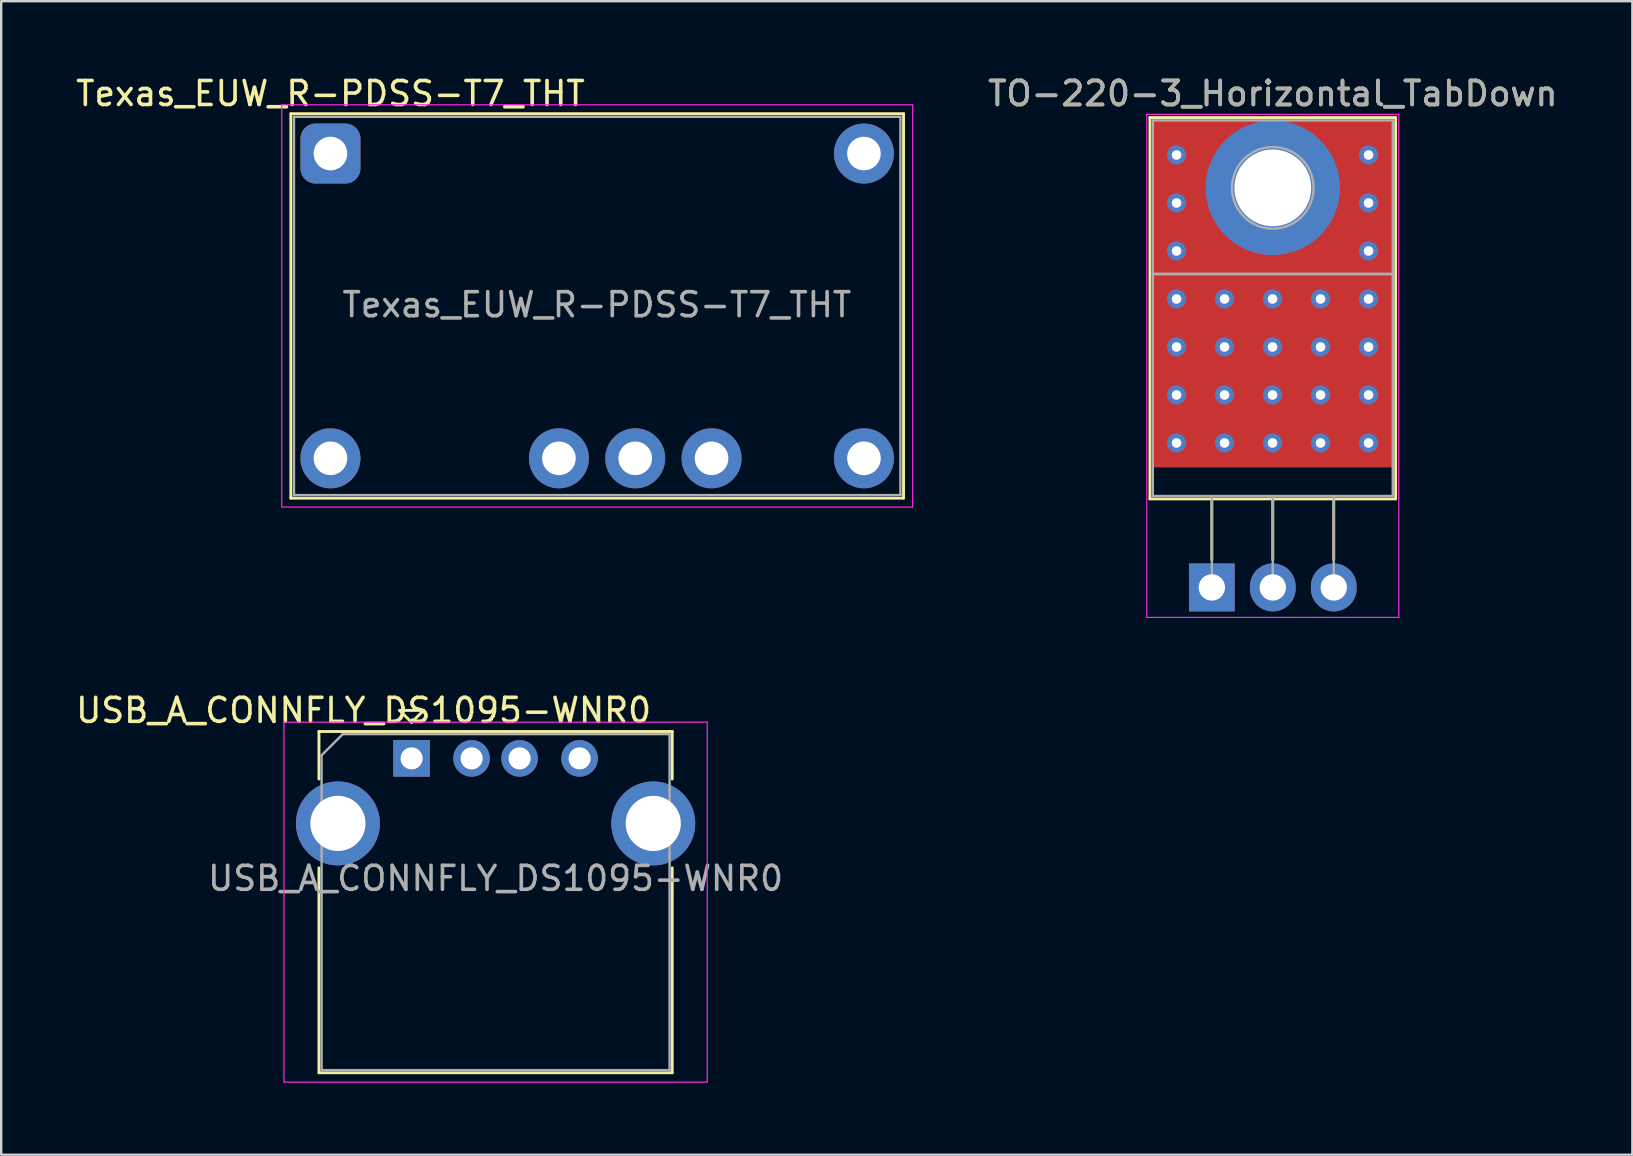
<source format=kicad_pcb>
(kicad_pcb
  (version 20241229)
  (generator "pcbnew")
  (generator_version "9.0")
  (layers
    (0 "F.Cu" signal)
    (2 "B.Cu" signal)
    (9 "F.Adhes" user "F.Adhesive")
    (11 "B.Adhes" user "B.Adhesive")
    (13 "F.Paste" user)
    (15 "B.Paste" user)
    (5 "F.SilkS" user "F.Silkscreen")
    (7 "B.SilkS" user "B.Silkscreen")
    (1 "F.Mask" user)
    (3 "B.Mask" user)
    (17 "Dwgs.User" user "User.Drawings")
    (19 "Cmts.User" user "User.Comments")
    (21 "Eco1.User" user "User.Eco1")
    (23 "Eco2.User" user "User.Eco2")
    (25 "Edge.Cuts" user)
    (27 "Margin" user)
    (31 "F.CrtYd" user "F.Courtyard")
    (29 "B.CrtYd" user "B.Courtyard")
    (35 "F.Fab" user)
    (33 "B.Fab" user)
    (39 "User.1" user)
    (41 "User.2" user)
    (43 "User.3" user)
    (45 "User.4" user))
  (footprint "TO-220-3_Horizontal_TabDown"
    (layer "F.Cu")
    (at 47.447 21.428)
    (property "Reference" "TO-220-3_Horizontal_TabDown" (at 2.54 -20.58 0) (layer "F.SilkS") (effects (font (size 1 1) (thickness 0.15))))
    (attr through_hole)
    (fp_line (start -2.58 -19.58) (end -2.58 -3.69) (stroke (width 0.12) (type solid)) (layer "F.SilkS"))
    (fp_line (start -2.58 -19.58) (end 7.66 -19.58) (stroke (width 0.12) (type solid)) (layer "F.SilkS"))
    (fp_line (start -2.58 -3.69) (end 7.66 -3.69) (stroke (width 0.12) (type solid)) (layer "F.SilkS"))
    (fp_line (start 0 -3.69) (end 0 -1.15) (stroke (width 0.12) (type solid)) (layer "F.SilkS"))
    (fp_line (start 2.54 -3.69) (end 2.54 -1.15) (stroke (width 0.12) (type solid)) (layer "F.SilkS"))
    (fp_line (start 5.08 -3.69) (end 5.08 -1.15) (stroke (width 0.12) (type solid)) (layer "F.SilkS"))
    (fp_line (start 7.66 -19.58) (end 7.66 -3.69) (stroke (width 0.12) (type solid)) (layer "F.SilkS"))
    (fp_line (start -2.71 -19.71) (end -2.71 1.25) (stroke (width 0.05) (type solid)) (layer "F.CrtYd"))
    (fp_line (start -2.71 1.25) (end 7.79 1.25) (stroke (width 0.05) (type solid)) (layer "F.CrtYd"))
    (fp_line (start 7.79 -19.71) (end -2.71 -19.71) (stroke (width 0.05) (type solid)) (layer "F.CrtYd"))
    (fp_line (start 7.79 1.25) (end 7.79 -19.71) (stroke (width 0.05) (type solid)) (layer "F.CrtYd"))
    (fp_line (start -2.46 -19.46) (end 7.54 -19.46) (stroke (width 0.1) (type solid)) (layer "F.Fab"))
    (fp_line (start -2.46 -13.06) (end -2.46 -19.46) (stroke (width 0.1) (type solid)) (layer "F.Fab"))
    (fp_line (start -2.46 -13.06) (end 7.54 -13.06) (stroke (width 0.1) (type solid)) (layer "F.Fab"))
    (fp_line (start -2.46 -3.81) (end -2.46 -13.06) (stroke (width 0.1) (type solid)) (layer "F.Fab"))
    (fp_line (start 0 -3.81) (end 0 0) (stroke (width 0.1) (type solid)) (layer "F.Fab"))
    (fp_line (start 2.54 -3.81) (end 2.54 0) (stroke (width 0.1) (type solid)) (layer "F.Fab"))
    (fp_line (start 5.08 -3.81) (end 5.08 0) (stroke (width 0.1) (type solid)) (layer "F.Fab"))
    (fp_line (start 7.54 -19.46) (end 7.54 -13.06) (stroke (width 0.1) (type solid)) (layer "F.Fab"))
    (fp_line (start 7.54 -13.06) (end -2.46 -13.06) (stroke (width 0.1) (type solid)) (layer "F.Fab"))
    (fp_line (start 7.54 -13.06) (end 7.54 -3.81) (stroke (width 0.1) (type solid)) (layer "F.Fab"))
    (fp_line (start 7.54 -3.81) (end -2.46 -3.81) (stroke (width 0.1) (type solid)) (layer "F.Fab"))
    (fp_circle (center 2.54 -16.65) (end 4.24 -16.65) (stroke (width 0.1) (type solid)) (fill no) (layer "F.Fab"))
    (fp_text user "${REFERENCE}" (at 2.54 -20.58 0) (layer "F.Fab") (effects (font (size 1 1) (thickness 0.15))))
    (pad "1" thru_hole rect (at 0 0) (size 1.905 2) (drill 1.1) (layers "*.Cu" "*.Mask"))
    (pad "2" thru_hole circle (at -1.47 -18.02) (size 0.8 0.8) (drill 0.4) (layers "*.Cu" "*.Mask"))
    (pad "2" thru_hole circle (at -1.47 -16.02) (size 0.8 0.8) (drill 0.4) (layers "*.Cu" "*.Mask"))
    (pad "2" thru_hole circle (at -1.47 -14.02) (size 0.8 0.8) (drill 0.4) (layers "*.Cu" "*.Mask"))
    (pad "2" thru_hole circle (at -1.47 -12.02) (size 0.8 0.8) (drill 0.4) (layers "*.Cu" "*.Mask"))
    (pad "2" thru_hole circle (at -1.47 -10.02) (size 0.8 0.8) (drill 0.4) (layers "*.Cu" "*.Mask"))
    (pad "2" thru_hole circle (at -1.47 -8.02) (size 0.8 0.8) (drill 0.4) (layers "*.Cu" "*.Mask"))
    (pad "2" thru_hole circle (at -1.47 -6.02) (size 0.8 0.8) (drill 0.4) (layers "*.Cu" "*.Mask"))
    (pad "2" thru_hole circle (at 0.53 -12.02) (size 0.8 0.8) (drill 0.4) (layers "*.Cu" "*.Mask"))
    (pad "2" thru_hole circle (at 0.53 -10.02) (size 0.8 0.8) (drill 0.4) (layers "*.Cu" "*.Mask"))
    (pad "2" thru_hole circle (at 0.53 -8.02) (size 0.8 0.8) (drill 0.4) (layers "*.Cu" "*.Mask"))
    (pad "2" thru_hole circle (at 0.53 -6.02) (size 0.8 0.8) (drill 0.4) (layers "*.Cu" "*.Mask"))
    (pad "2" thru_hole circle (at 2.53 -12.02) (size 0.8 0.8) (drill 0.4) (layers "*.Cu" "*.Mask"))
    (pad "2" thru_hole circle (at 2.53 -10.02) (size 0.8 0.8) (drill 0.4) (layers "*.Cu" "*.Mask"))
    (pad "2" thru_hole circle (at 2.53 -8.02) (size 0.8 0.8) (drill 0.4) (layers "*.Cu" "*.Mask"))
    (pad "2" thru_hole circle (at 2.53 -6.02) (size 0.8 0.8) (drill 0.4) (layers "*.Cu" "*.Mask"))
    (pad "2" thru_hole oval (at 2.54 -16.65) (size 5.6 5.6) (drill 3.2) (layers "*.Cu" "*.Mask"))
    (pad "2" smd rect (at 2.54 -12.25) (size 10 14.5) (layers "F.Cu" "F.Mask" "F.Paste"))
    (pad "2" thru_hole oval (at 2.54 0) (size 1.905 2) (drill 1.1) (layers "*.Cu" "*.Mask"))
    (pad "2" thru_hole circle (at 4.53 -12.02) (size 0.8 0.8) (drill 0.4) (layers "*.Cu" "*.Mask"))
    (pad "2" thru_hole circle (at 4.53 -10.02) (size 0.8 0.8) (drill 0.4) (layers "*.Cu" "*.Mask"))
    (pad "2" thru_hole circle (at 4.53 -8.02) (size 0.8 0.8) (drill 0.4) (layers "*.Cu" "*.Mask"))
    (pad "2" thru_hole circle (at 4.53 -6.02) (size 0.8 0.8) (drill 0.4) (layers "*.Cu" "*.Mask"))
    (pad "2" thru_hole circle (at 6.53 -18.02) (size 0.8 0.8) (drill 0.4) (layers "*.Cu" "*.Mask"))
    (pad "2" thru_hole circle (at 6.53 -16.02) (size 0.8 0.8) (drill 0.4) (layers "*.Cu" "*.Mask"))
    (pad "2" thru_hole circle (at 6.53 -14.02) (size 0.8 0.8) (drill 0.4) (layers "*.Cu" "*.Mask"))
    (pad "2" thru_hole circle (at 6.53 -12.02) (size 0.8 0.8) (drill 0.4) (layers "*.Cu" "*.Mask"))
    (pad "2" thru_hole circle (at 6.53 -10.02) (size 0.8 0.8) (drill 0.4) (layers "*.Cu" "*.Mask"))
    (pad "2" thru_hole circle (at 6.53 -8.02) (size 0.8 0.8) (drill 0.4) (layers "*.Cu" "*.Mask"))
    (pad "2" thru_hole circle (at 6.53 -6.02) (size 0.8 0.8) (drill 0.4) (layers "*.Cu" "*.Mask"))
    (pad "3" thru_hole oval (at 5.08 0) (size 1.905 2) (drill 1.1) (layers "*.Cu" "*.Mask")))
  (footprint "USB_A_CONNFLY_DS1095-WNR0"
    (layer "F.Cu")
    (at 14.101 28.552)
    (property "Reference" "USB_A_CONNFLY_DS1095-WNR0" (at -2 -2 180) (layer "F.SilkS") (effects (font (size 1 1) (thickness 0.15))))
    (attr through_hole)
    (fp_line (start -3.86 -1.12) (end -3.86 0.86) (stroke (width 0.12) (type solid)) (layer "F.SilkS"))
    (fp_line (start -3.86 -1.12) (end 10.86 -1.12) (stroke (width 0.12) (type solid)) (layer "F.SilkS"))
    (fp_line (start -3.86 4.56) (end -3.86 13.1) (stroke (width 0.12) (type solid)) (layer "F.SilkS"))
    (fp_line (start -3.86 13.1) (end 10.86 13.1) (stroke (width 0.12) (type solid)) (layer "F.SilkS"))
    (fp_line (start -0.5 -2) (end 0 -1.5) (stroke (width 0.12) (type solid)) (layer "F.SilkS"))
    (fp_line (start 0 -1.5) (end 0.5 -2) (stroke (width 0.12) (type solid)) (layer "F.SilkS"))
    (fp_line (start 0.5 -2) (end -0.5 -2) (stroke (width 0.12) (type solid)) (layer "F.SilkS"))
    (fp_line (start 10.86 0.86) (end 10.86 -1.12) (stroke (width 0.12) (type solid)) (layer "F.SilkS"))
    (fp_line (start 10.86 4.56) (end 10.86 13.1) (stroke (width 0.12) (type solid)) (layer "F.SilkS"))
    (fp_line (start -5.32 -1.51) (end -5.32 13.49) (stroke (width 0.05) (type solid)) (layer "F.CrtYd"))
    (fp_line (start -5.32 -1.51) (end 12.32 -1.51) (stroke (width 0.05) (type solid)) (layer "F.CrtYd"))
    (fp_line (start 12.32 -1.51) (end 12.32 13.49) (stroke (width 0.05) (type solid)) (layer "F.CrtYd"))
    (fp_line (start 12.32 13.49) (end -5.32 13.49) (stroke (width 0.05) (type solid)) (layer "F.CrtYd"))
    (fp_line (start -3.75 -0.13) (end -3.75 12.99) (stroke (width 0.1) (type solid)) (layer "F.Fab"))
    (fp_line (start -3.75 12.99) (end 10.75 12.99) (stroke (width 0.1) (type solid)) (layer "F.Fab"))
    (fp_line (start -2.87 -1.01) (end -3.75 -0.13) (stroke (width 0.1) (type solid)) (layer "F.Fab"))
    (fp_line (start -2.87 -1.01) (end 10.75 -1.01) (stroke (width 0.1) (type solid)) (layer "F.Fab"))
    (fp_line (start 10.75 -1.01) (end 10.75 12.99) (stroke (width 0.1) (type solid)) (layer "F.Fab"))
    (fp_text user "${REFERENCE}" (at 3.5 5 180) (layer "F.Fab") (effects (font (size 1 1) (thickness 0.15))))
    (pad "1" thru_hole rect (at 0 0) (size 1.524 1.524) (drill 0.92) (layers "*.Cu" "*.Mask"))
    (pad "2" thru_hole circle (at 2.5 0) (size 1.524 1.524) (drill 0.92) (layers "*.Cu" "*.Mask"))
    (pad "3" thru_hole circle (at 4.5 0) (size 1.524 1.524) (drill 0.92) (layers "*.Cu" "*.Mask"))
    (pad "4" thru_hole circle (at 7 0) (size 1.524 1.524) (drill 0.92) (layers "*.Cu" "*.Mask"))
    (pad "5" thru_hole circle (at -3.07 2.71) (size 3.5 3.5) (drill 2.3) (layers "*.Cu" "*.Mask"))
    (pad "5" thru_hole circle (at 10.07 2.71) (size 3.5 3.5) (drill 2.3) (layers "*.Cu" "*.Mask")))
  (footprint "Texas_EUW_R-PDSS-T7_THT"
    (layer "F.Cu")
    (at 10.72 3.348)
    (property "Reference" "Texas_EUW_R-PDSS-T7_THT" (at 0 -2.5 180) (layer "F.SilkS") (effects (font (size 1 1) (thickness 0.15))))
    (attr through_hole)
    (fp_line (start -1.65 -1.66) (end -1.65 14.36) (stroke (width 0.12) (type solid)) (layer "F.SilkS"))
    (fp_line (start -1.65 -1.66) (end 23.88 -1.66) (stroke (width 0.12) (type solid)) (layer "F.SilkS"))
    (fp_line (start -1.65 14.36) (end 23.88 14.36) (stroke (width 0.12) (type solid)) (layer "F.SilkS"))
    (fp_line (start 23.88 -1.66) (end 23.88 14.36) (stroke (width 0.12) (type solid)) (layer "F.SilkS"))
    (fp_line (start -2.03 14.73) (end -2.03 -2.03) (stroke (width 0.05) (type solid)) (layer "F.CrtYd"))
    (fp_line (start 24.26 -2.03) (end -2.03 -2.03) (stroke (width 0.05) (type solid)) (layer "F.CrtYd"))
    (fp_line (start 24.26 -2.03) (end 24.26 14.73) (stroke (width 0.05) (type solid)) (layer "F.CrtYd"))
    (fp_line (start 24.26 14.73) (end -2.03 14.73) (stroke (width 0.05) (type solid)) (layer "F.CrtYd"))
    (fp_line (start -1.52 14.23) (end -1.52 -1.53) (stroke (width 0.1) (type solid)) (layer "F.Fab"))
    (fp_line (start -1.52 14.23) (end 23.75 14.23) (stroke (width 0.1) (type solid)) (layer "F.Fab"))
    (fp_line (start 23.75 -1.53) (end -1.52 -1.53) (stroke (width 0.1) (type solid)) (layer "F.Fab"))
    (fp_line (start 23.75 14.23) (end 23.75 -1.53) (stroke (width 0.1) (type solid)) (layer "F.Fab"))
    (fp_text user "${REFERENCE}" (at 11.1 6.3 180) (layer "F.Fab") (effects (font (size 1 1) (thickness 0.15))))
    (pad "1" thru_hole roundrect (at 0 0) (size 2.5 2.5) (drill 1.4) (layers "*.Cu" "*.Mask") (roundrect_rratio 0.25))
    (pad "2" thru_hole circle (at 0 12.7) (size 2.5 2.5) (drill 1.4) (layers "*.Cu" "*.Mask"))
    (pad "3" thru_hole circle (at 9.52 12.7) (size 2.5 2.5) (drill 1.4) (layers "*.Cu" "*.Mask"))
    (pad "4" thru_hole circle (at 12.7 12.7) (size 2.5 2.5) (drill 1.4) (layers "*.Cu" "*.Mask"))
    (pad "5" thru_hole circle (at 15.88 12.7) (size 2.5 2.5) (drill 1.4) (layers "*.Cu" "*.Mask"))
    (pad "6" thru_hole circle (at 22.23 12.7) (size 2.5 2.5) (drill 1.4) (layers "*.Cu" "*.Mask"))
    (pad "7" thru_hole circle (at 22.23 0) (size 2.5 2.5) (drill 1.4) (layers "*.Cu" "*.Mask")))
  (gr_rect
    (start -3 -3)
    (end 64.97 45.066)
    (stroke (width 0.1) (type default))
    (fill no)
    (layer "Edge.Cuts")))
</source>
